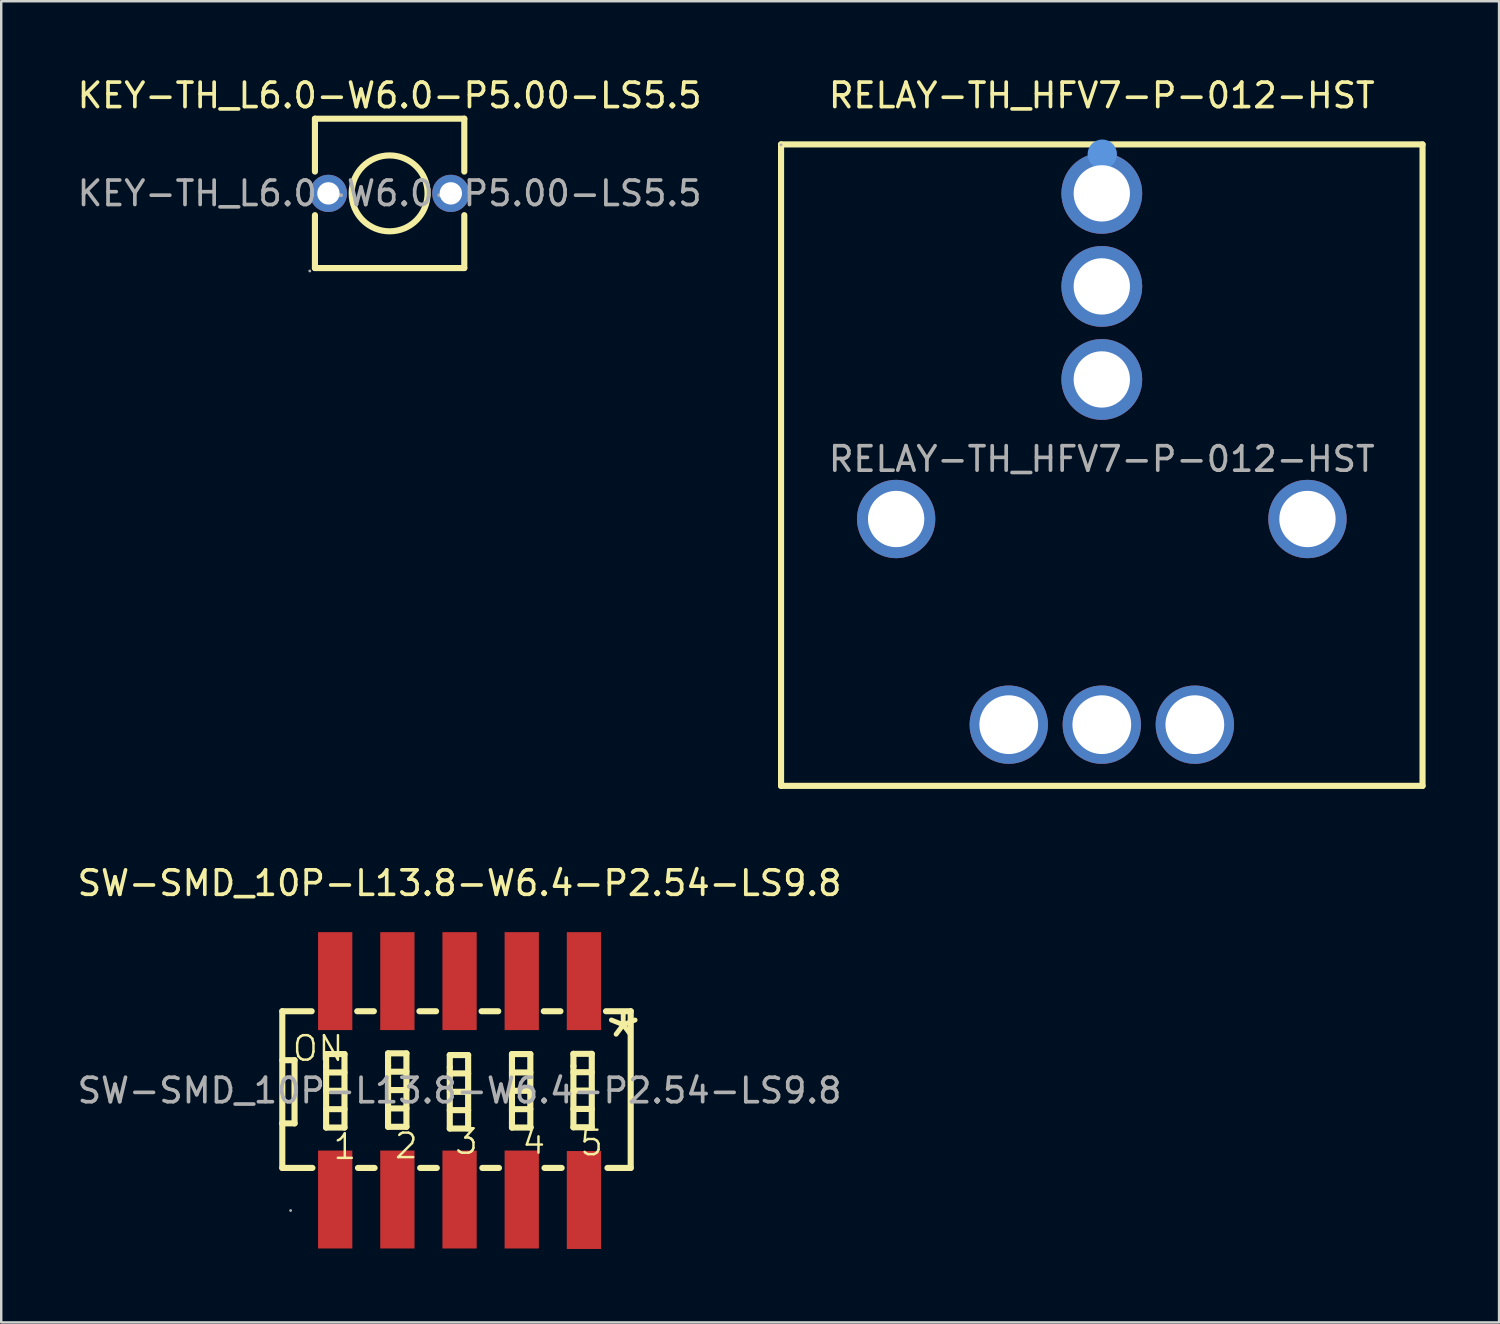
<source format=kicad_pcb>
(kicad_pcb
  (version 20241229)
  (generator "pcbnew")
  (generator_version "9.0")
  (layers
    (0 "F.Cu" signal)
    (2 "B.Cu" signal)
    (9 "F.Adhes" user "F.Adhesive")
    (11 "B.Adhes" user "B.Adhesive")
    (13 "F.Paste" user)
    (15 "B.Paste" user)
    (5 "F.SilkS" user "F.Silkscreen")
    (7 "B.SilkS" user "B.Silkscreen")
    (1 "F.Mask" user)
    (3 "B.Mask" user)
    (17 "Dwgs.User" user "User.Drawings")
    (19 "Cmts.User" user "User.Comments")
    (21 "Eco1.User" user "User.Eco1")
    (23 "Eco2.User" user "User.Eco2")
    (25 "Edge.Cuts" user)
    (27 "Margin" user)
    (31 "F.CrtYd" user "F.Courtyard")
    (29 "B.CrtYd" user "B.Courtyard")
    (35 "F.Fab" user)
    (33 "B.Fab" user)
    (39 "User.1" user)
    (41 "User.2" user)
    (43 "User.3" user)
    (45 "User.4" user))
  (footprint "KEY-TH_L6.0-W6.0-P5.00-LS5.5"
    (layer "F.Cu")
    (at 12.863 4.848)
    (property "Reference" "KEY-TH_L6.0-W6.0-P5.00-LS5.5" (at 0 -4 0) (layer "F.SilkS") (effects (font (size 1 1) (thickness 0.15))))
    (attr through_hole)
    (fp_line (start -3.05 -3.05) (end -3.05 -0.89) (stroke (width 0.25) (type solid)) (layer "F.SilkS"))
    (fp_line (start -3.05 0.89) (end -3.05 3.05) (stroke (width 0.25) (type solid)) (layer "F.SilkS"))
    (fp_line (start -3.05 3.05) (end 3.05 3.05) (stroke (width 0.25) (type solid)) (layer "F.SilkS"))
    (fp_line (start 3.05 -3.05) (end -3.05 -3.05) (stroke (width 0.25) (type solid)) (layer "F.SilkS"))
    (fp_line (start 3.05 -0.89) (end 3.05 -3.05) (stroke (width 0.25) (type solid)) (layer "F.SilkS"))
    (fp_line (start 3.05 3.05) (end 3.05 0.89) (stroke (width 0.25) (type solid)) (layer "F.SilkS"))
    (fp_circle (center 0 0) (end 1.55 0) (stroke (width 0.25) (type solid)) (fill no) (layer "F.SilkS"))
    (fp_circle (center -3.26 3.17) (end -3.23 3.17) (stroke (width 0.06) (type solid)) (fill no) (layer "F.Fab"))
    (fp_circle (center -2.5 0) (end -2.32 0) (stroke (width 0.36) (type solid)) (fill no) (layer "F.Fab"))
    (fp_circle (center 2.5 0) (end 2.68 0) (stroke (width 0.36) (type solid)) (fill no) (layer "F.Fab"))
    (fp_text user "${REFERENCE}" (at 0 0 0) (layer "F.Fab") (effects (font (size 1 1) (thickness 0.15))))
    (pad "1" thru_hole circle (at -2.5 0) (size 1.52 1.52) (drill 0.914) (layers "*.Cu" "*.Paste" "*.Mask"))
    (pad "2" thru_hole circle (at 2.5 0) (size 1.52 1.52) (drill 0.914) (layers "*.Cu" "*.Paste" "*.Mask")))
  (footprint "RELAY-TH_HFV7-P-012-HST"
    (layer "F.Cu")
    (at 41.951 15.698)
    (property "Reference" "RELAY-TH_HFV7-P-012-HST" (at 0 -14.85 0) (layer "F.SilkS") (effects (font (size 1 1) (thickness 0.15))))
    (attr through_hole)
    (fp_line (start -13.1 -12.85) (end 13.1 -12.85) (stroke (width 0.25) (type solid)) (layer "F.SilkS"))
    (fp_line (start -13.1 13.35) (end -13.1 -12.85) (stroke (width 0.25) (type solid)) (layer "F.SilkS"))
    (fp_line (start -13.1 13.35) (end 13.1 13.35) (stroke (width 0.25) (type solid)) (layer "F.SilkS"))
    (fp_line (start 13.1 13.35) (end 13.1 -12.85) (stroke (width 0.25) (type solid)) (layer "F.SilkS"))
    (fp_circle (center 0.02 -12.45) (end 0.32 -12.45) (stroke (width 0.6) (type solid)) (fill no) (layer "Cmts.User"))
    (fp_circle (center -13.1 -12.83) (end -13.07 -12.83) (stroke (width 0.06) (type solid)) (fill no) (layer "F.Fab"))
    (fp_text user "${REFERENCE}" (at 0 0 0) (layer "F.Fab") (effects (font (size 1 1) (thickness 0.15))))
    (pad "30" thru_hole circle (at 0 -10.85) (size 3.3 3.3) (drill 2.3) (layers "*.Cu" "*.Paste" "*.Mask"))
    (pad "30" thru_hole circle (at 0 -7.05) (size 3.3 3.3) (drill 2.3) (layers "*.Cu" "*.Paste" "*.Mask"))
    (pad "30" thru_hole circle (at 0 -3.25) (size 3.3 3.3) (drill 2.3) (layers "*.Cu" "*.Paste" "*.Mask"))
    (pad "85" thru_hole circle (at 8.4 2.45) (size 3.2 3.2) (drill 2.3) (layers "*.Cu" "*.Paste" "*.Mask"))
    (pad "86" thru_hole circle (at -8.4 2.45) (size 3.2 3.2) (drill 2.3) (layers "*.Cu" "*.Paste" "*.Mask"))
    (pad "87" thru_hole circle (at -3.8 10.85) (size 3.2 3.2) (drill 2.4) (layers "*.Cu" "*.Paste" "*.Mask"))
    (pad "87" thru_hole circle (at 0 10.85) (size 3.2 3.2) (drill 2.4) (layers "*.Cu" "*.Paste" "*.Mask"))
    (pad "87" thru_hole circle (at 3.8 10.85) (size 3.2 3.2) (drill 2.4) (layers "*.Cu" "*.Paste" "*.Mask")))
  (footprint "SW-SMD_10P-L13.8-W6.4-P2.54-LS9.8"
    (layer "F.Cu")
    (at 15.72 41.492)
    (property "Reference" "SW-SMD_10P-L13.8-W6.4-P2.54-LS9.8" (at 0 -8.47 0) (layer "F.SilkS") (effects (font (size 1 1) (thickness 0.15))))
    (attr through_hole)
    (fp_line (start -7.24 -3.24) (end -7.24 3.16) (stroke (width 0.25) (type solid)) (layer "F.SilkS"))
    (fp_line (start -7.24 -3.24) (end -6.04 -3.24) (stroke (width 0.25) (type solid)) (layer "F.SilkS"))
    (fp_line (start -7.24 -1.24) (end -6.74 -1.24) (stroke (width 0.25) (type solid)) (layer "F.SilkS"))
    (fp_line (start -7.24 1.34) (end -7.24 1.34) (stroke (width 0.25) (type solid)) (layer "F.SilkS"))
    (fp_line (start -7.24 3.16) (end -6.01 3.16) (stroke (width 0.25) (type solid)) (layer "F.SilkS"))
    (fp_line (start -6.74 -1.24) (end -6.74 1.34) (stroke (width 0.25) (type solid)) (layer "F.SilkS"))
    (fp_line (start -6.74 1.34) (end -7.24 1.34) (stroke (width 0.25) (type solid)) (layer "F.SilkS"))
    (fp_line (start -5.45 -1.49) (end -4.7 -1.49) (stroke (width 0.25) (type solid)) (layer "F.SilkS"))
    (fp_line (start -5.45 -0.99) (end -5.45 -1.49) (stroke (width 0.25) (type solid)) (layer "F.SilkS"))
    (fp_line (start -5.45 -0.74) (end -4.7 -0.74) (stroke (width 0.25) (type solid)) (layer "F.SilkS"))
    (fp_line (start -5.45 0.01) (end -4.7 0.01) (stroke (width 0.25) (type solid)) (layer "F.SilkS"))
    (fp_line (start -5.45 0.76) (end -4.7 0.76) (stroke (width 0.25) (type solid)) (layer "F.SilkS"))
    (fp_line (start -5.45 1.51) (end -5.45 -0.99) (stroke (width 0.25) (type solid)) (layer "F.SilkS"))
    (fp_line (start -4.7 -1.49) (end -4.7 1.51) (stroke (width 0.25) (type solid)) (layer "F.SilkS"))
    (fp_line (start -4.7 1.51) (end -5.45 1.51) (stroke (width 0.25) (type solid)) (layer "F.SilkS"))
    (fp_line (start -4.18 -3.24) (end -3.5 -3.24) (stroke (width 0.25) (type solid)) (layer "F.SilkS"))
    (fp_line (start -4.15 3.16) (end -3.47 3.16) (stroke (width 0.25) (type solid)) (layer "F.SilkS"))
    (fp_line (start -2.92 -1.52) (end -2.17 -1.52) (stroke (width 0.25) (type solid)) (layer "F.SilkS"))
    (fp_line (start -2.92 -1.02) (end -2.92 -1.52) (stroke (width 0.25) (type solid)) (layer "F.SilkS"))
    (fp_line (start -2.92 -0.77) (end -2.17 -0.77) (stroke (width 0.25) (type solid)) (layer "F.SilkS"))
    (fp_line (start -2.92 -0.02) (end -2.17 -0.02) (stroke (width 0.25) (type solid)) (layer "F.SilkS"))
    (fp_line (start -2.92 0.73) (end -2.17 0.73) (stroke (width 0.25) (type solid)) (layer "F.SilkS"))
    (fp_line (start -2.92 1.48) (end -2.92 -1.02) (stroke (width 0.25) (type solid)) (layer "F.SilkS"))
    (fp_line (start -2.17 -1.52) (end -2.17 1.48) (stroke (width 0.25) (type solid)) (layer "F.SilkS"))
    (fp_line (start -2.17 1.48) (end -2.92 1.48) (stroke (width 0.25) (type solid)) (layer "F.SilkS"))
    (fp_line (start -1.64 -3.24) (end -0.96 -3.24) (stroke (width 0.25) (type solid)) (layer "F.SilkS"))
    (fp_line (start -1.61 3.16) (end -0.93 3.16) (stroke (width 0.25) (type solid)) (layer "F.SilkS"))
    (fp_line (start -0.4 -1.45) (end 0.35 -1.45) (stroke (width 0.25) (type solid)) (layer "F.SilkS"))
    (fp_line (start -0.4 -0.95) (end -0.4 -1.45) (stroke (width 0.25) (type solid)) (layer "F.SilkS"))
    (fp_line (start -0.4 -0.7) (end 0.35 -0.7) (stroke (width 0.25) (type solid)) (layer "F.SilkS"))
    (fp_line (start -0.4 0.05) (end 0.35 0.05) (stroke (width 0.25) (type solid)) (layer "F.SilkS"))
    (fp_line (start -0.4 0.8) (end 0.35 0.8) (stroke (width 0.25) (type solid)) (layer "F.SilkS"))
    (fp_line (start -0.4 1.55) (end -0.4 -0.95) (stroke (width 0.25) (type solid)) (layer "F.SilkS"))
    (fp_line (start 0.35 -1.45) (end 0.35 1.55) (stroke (width 0.25) (type solid)) (layer "F.SilkS"))
    (fp_line (start 0.35 1.55) (end -0.4 1.55) (stroke (width 0.25) (type solid)) (layer "F.SilkS"))
    (fp_line (start 0.9 -3.24) (end 1.58 -3.24) (stroke (width 0.25) (type solid)) (layer "F.SilkS"))
    (fp_line (start 0.93 3.16) (end 1.61 3.16) (stroke (width 0.25) (type solid)) (layer "F.SilkS"))
    (fp_line (start 2.14 -1.49) (end 2.89 -1.49) (stroke (width 0.25) (type solid)) (layer "F.SilkS"))
    (fp_line (start 2.14 -0.99) (end 2.14 -1.49) (stroke (width 0.25) (type solid)) (layer "F.SilkS"))
    (fp_line (start 2.14 -0.74) (end 2.89 -0.74) (stroke (width 0.25) (type solid)) (layer "F.SilkS"))
    (fp_line (start 2.14 0.01) (end 2.89 0.01) (stroke (width 0.25) (type solid)) (layer "F.SilkS"))
    (fp_line (start 2.14 0.76) (end 2.89 0.76) (stroke (width 0.25) (type solid)) (layer "F.SilkS"))
    (fp_line (start 2.14 1.51) (end 2.14 -0.99) (stroke (width 0.25) (type solid)) (layer "F.SilkS"))
    (fp_line (start 2.89 -1.49) (end 2.89 1.51) (stroke (width 0.25) (type solid)) (layer "F.SilkS"))
    (fp_line (start 2.89 1.51) (end 2.14 1.51) (stroke (width 0.25) (type solid)) (layer "F.SilkS"))
    (fp_line (start 3.44 -3.24) (end 4.12 -3.24) (stroke (width 0.25) (type solid)) (layer "F.SilkS"))
    (fp_line (start 3.47 3.16) (end 4.17 3.16) (stroke (width 0.25) (type solid)) (layer "F.SilkS"))
    (fp_line (start 4.65 -1.5) (end 5.4 -1.5) (stroke (width 0.25) (type solid)) (layer "F.SilkS"))
    (fp_line (start 4.65 -1) (end 4.65 -1.5) (stroke (width 0.25) (type solid)) (layer "F.SilkS"))
    (fp_line (start 4.65 -0.75) (end 5.4 -0.75) (stroke (width 0.25) (type solid)) (layer "F.SilkS"))
    (fp_line (start 4.65 0) (end 5.4 0) (stroke (width 0.25) (type solid)) (layer "F.SilkS"))
    (fp_line (start 4.65 0.75) (end 5.4 0.75) (stroke (width 0.25) (type solid)) (layer "F.SilkS"))
    (fp_line (start 4.65 1.5) (end 4.65 -1) (stroke (width 0.25) (type solid)) (layer "F.SilkS"))
    (fp_line (start 5.4 -1.5) (end 5.4 1.5) (stroke (width 0.25) (type solid)) (layer "F.SilkS"))
    (fp_line (start 5.4 1.5) (end 4.65 1.5) (stroke (width 0.25) (type solid)) (layer "F.SilkS"))
    (fp_line (start 5.98 -3.24) (end 6.99 -3.24) (stroke (width 0.25) (type solid)) (layer "F.SilkS"))
    (fp_line (start 6.04 3.16) (end 6.99 3.16) (stroke (width 0.25) (type solid)) (layer "F.SilkS"))
    (fp_line (start 6.99 -3.24) (end 6.99 3.16) (stroke (width 0.25) (type solid)) (layer "F.SilkS"))
    (fp_circle (center -6.9 4.9) (end -6.87 4.9) (stroke (width 0.06) (type solid)) (fill no) (layer "F.Fab"))
    (fp_text user "ON" (at -6.89 -1.72 0) (layer "F.SilkS") (effects (font (size 1 1) (thickness 0.1)) (justify left)))
    (fp_text user "5" (at 4.85 2.14 0) (layer "F.SilkS") (effects (font (size 1 1) (thickness 0.1)) (justify left)))
    (fp_text user "*" (at 5.78 -2.07 0) (layer "F.SilkS") (effects (font (size 2.03 2.03) (thickness 0.2)) (justify left)))
    (fp_text user "4" (at 2.49 2.08 0) (layer "F.SilkS") (effects (font (size 1 1) (thickness 0.1)) (justify left)))
    (fp_text user "3" (at -0.26 2.08 0) (layer "F.SilkS") (effects (font (size 1 1) (thickness 0.1)) (justify left)))
    (fp_text user "2" (at -2.72 2.26 0) (layer "F.SilkS") (effects (font (size 1 1) (thickness 0.1)) (justify left)))
    (fp_text user "1" (at -5.23 2.29 0) (layer "F.SilkS") (effects (font (size 1 1) (thickness 0.1)) (justify left)))
    (fp_text user "${REFERENCE}" (at 0 0 0) (layer "F.Fab") (effects (font (size 1 1) (thickness 0.15))))
    (pad "1" smd rect (at -5.08 4.45 180) (size 1.4 4) (layers "F.Cu" "F.Mask" "F.Paste"))
    (pad "2" smd rect (at -2.54 4.45 180) (size 1.4 4) (layers "F.Cu" "F.Mask" "F.Paste"))
    (pad "3" smd rect (at 0 4.45 180) (size 1.4 4) (layers "F.Cu" "F.Mask" "F.Paste"))
    (pad "4" smd rect (at 2.54 4.45 180) (size 1.4 4) (layers "F.Cu" "F.Mask" "F.Paste"))
    (pad "5" smd rect (at 5.08 4.47) (size 1.4 4) (layers "F.Cu" "F.Mask" "F.Paste"))
    (pad "6" smd rect (at 5.08 -4.47) (size 1.4 4) (layers "F.Cu" "F.Mask" "F.Paste"))
    (pad "7" smd rect (at 2.54 -4.47) (size 1.4 4) (layers "F.Cu" "F.Mask" "F.Paste"))
    (pad "8" smd rect (at 0 -4.47) (size 1.4 4) (layers "F.Cu" "F.Mask" "F.Paste"))
    (pad "9" smd rect (at -2.54 -4.47) (size 1.4 4) (layers "F.Cu" "F.Mask" "F.Paste"))
    (pad "10" smd rect (at -5.08 -4.47) (size 1.4 4) (layers "F.Cu" "F.Mask" "F.Paste")))
  (gr_rect
    (start -3 -3)
    (end 58.176 50.962)
    (stroke (width 0.1) (type default))
    (fill no)
    (layer "Edge.Cuts")))
</source>
